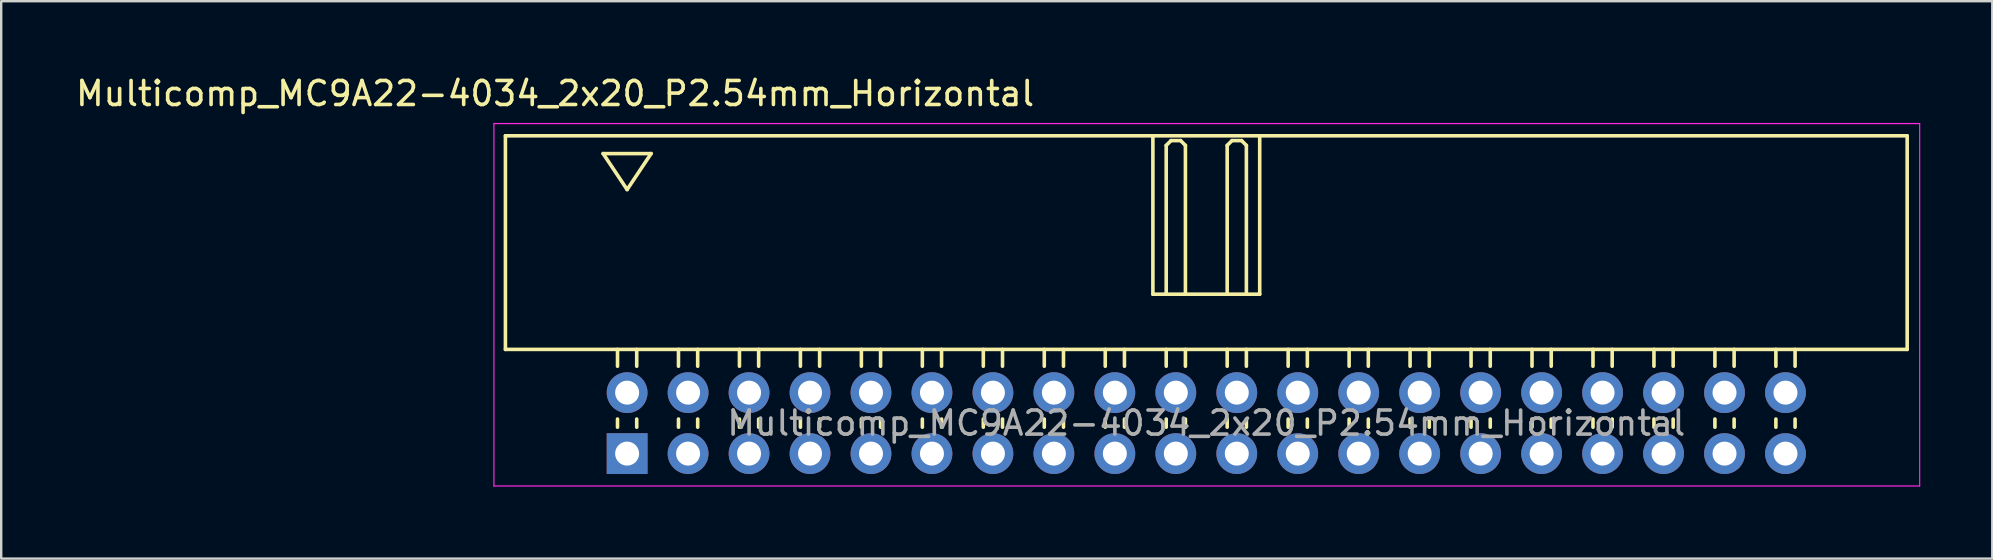
<source format=kicad_pcb>
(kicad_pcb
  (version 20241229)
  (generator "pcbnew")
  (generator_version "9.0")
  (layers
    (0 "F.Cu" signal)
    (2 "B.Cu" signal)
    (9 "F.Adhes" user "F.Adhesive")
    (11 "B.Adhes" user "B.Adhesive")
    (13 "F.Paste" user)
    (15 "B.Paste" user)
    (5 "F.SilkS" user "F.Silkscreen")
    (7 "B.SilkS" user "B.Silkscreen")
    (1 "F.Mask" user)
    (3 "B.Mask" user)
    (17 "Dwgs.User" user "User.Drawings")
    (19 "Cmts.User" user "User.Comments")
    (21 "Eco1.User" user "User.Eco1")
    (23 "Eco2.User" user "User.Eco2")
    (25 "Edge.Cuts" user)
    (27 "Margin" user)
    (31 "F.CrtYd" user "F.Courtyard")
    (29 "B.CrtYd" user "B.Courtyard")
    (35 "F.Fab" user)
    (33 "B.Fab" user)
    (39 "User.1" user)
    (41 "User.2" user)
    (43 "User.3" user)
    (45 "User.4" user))
  (footprint "Multicomp_MC9A22-4034_2x20_P2.54mm_Horizontal"
    (layer "F.Cu")
    (at 23.077 15.848)
    (property "Reference" "Multicomp_MC9A22-4034_2x20_P2.54mm_Horizontal" (at -3 -15 0) (layer "F.SilkS") (effects (font (size 1 1) (thickness 0.15))))
    (attr through_hole)
    (fp_line (start -5.07 -13.24) (end 53.33 -13.24) (stroke (width 0.15) (type solid)) (layer "F.SilkS"))
    (fp_line (start -5.07 -4.34) (end -5.07 -13.24) (stroke (width 0.15) (type solid)) (layer "F.SilkS"))
    (fp_line (start -1 -12.5) (end 1 -12.5) (stroke (width 0.15) (type solid)) (layer "F.SilkS"))
    (fp_line (start -0.4 -3.64) (end -0.4 -4.34) (stroke (width 0.15) (type solid)) (layer "F.SilkS"))
    (fp_line (start -0.4 -1.1) (end -0.4 -1.44) (stroke (width 0.15) (type solid)) (layer "F.SilkS"))
    (fp_line (start 0 -11) (end -1 -12.5) (stroke (width 0.15) (type solid)) (layer "F.SilkS"))
    (fp_line (start 0.4 -3.64) (end 0.4 -4.34) (stroke (width 0.15) (type solid)) (layer "F.SilkS"))
    (fp_line (start 0.4 -1.1) (end 0.4 -1.44) (stroke (width 0.15) (type solid)) (layer "F.SilkS"))
    (fp_line (start 1 -12.5) (end 0 -11) (stroke (width 0.15) (type solid)) (layer "F.SilkS"))
    (fp_line (start 2.14 -3.64) (end 2.14 -4.34) (stroke (width 0.15) (type solid)) (layer "F.SilkS"))
    (fp_line (start 2.14 -1.1) (end 2.14 -1.44) (stroke (width 0.15) (type solid)) (layer "F.SilkS"))
    (fp_line (start 2.94 -3.64) (end 2.94 -4.34) (stroke (width 0.15) (type solid)) (layer "F.SilkS"))
    (fp_line (start 2.94 -1.1) (end 2.94 -1.44) (stroke (width 0.15) (type solid)) (layer "F.SilkS"))
    (fp_line (start 4.68 -3.64) (end 4.68 -4.34) (stroke (width 0.15) (type solid)) (layer "F.SilkS"))
    (fp_line (start 4.68 -1.1) (end 4.68 -1.44) (stroke (width 0.15) (type solid)) (layer "F.SilkS"))
    (fp_line (start 5.48 -3.64) (end 5.48 -4.34) (stroke (width 0.15) (type solid)) (layer "F.SilkS"))
    (fp_line (start 5.48 -1.1) (end 5.48 -1.44) (stroke (width 0.15) (type solid)) (layer "F.SilkS"))
    (fp_line (start 7.22 -3.64) (end 7.22 -4.34) (stroke (width 0.15) (type solid)) (layer "F.SilkS"))
    (fp_line (start 7.22 -1.1) (end 7.22 -1.44) (stroke (width 0.15) (type solid)) (layer "F.SilkS"))
    (fp_line (start 8.02 -3.64) (end 8.02 -4.34) (stroke (width 0.15) (type solid)) (layer "F.SilkS"))
    (fp_line (start 8.02 -1.1) (end 8.02 -1.44) (stroke (width 0.15) (type solid)) (layer "F.SilkS"))
    (fp_line (start 9.76 -3.64) (end 9.76 -4.34) (stroke (width 0.15) (type solid)) (layer "F.SilkS"))
    (fp_line (start 9.76 -1.1) (end 9.76 -1.44) (stroke (width 0.15) (type solid)) (layer "F.SilkS"))
    (fp_line (start 10.56 -3.64) (end 10.56 -4.34) (stroke (width 0.15) (type solid)) (layer "F.SilkS"))
    (fp_line (start 10.56 -1.1) (end 10.56 -1.44) (stroke (width 0.15) (type solid)) (layer "F.SilkS"))
    (fp_line (start 12.3 -3.64) (end 12.3 -4.34) (stroke (width 0.15) (type solid)) (layer "F.SilkS"))
    (fp_line (start 12.3 -1.1) (end 12.3 -1.44) (stroke (width 0.15) (type solid)) (layer "F.SilkS"))
    (fp_line (start 13.1 -3.64) (end 13.1 -4.34) (stroke (width 0.15) (type solid)) (layer "F.SilkS"))
    (fp_line (start 13.1 -1.1) (end 13.1 -1.44) (stroke (width 0.15) (type solid)) (layer "F.SilkS"))
    (fp_line (start 14.84 -3.64) (end 14.84 -4.34) (stroke (width 0.15) (type solid)) (layer "F.SilkS"))
    (fp_line (start 14.84 -1.1) (end 14.84 -1.44) (stroke (width 0.15) (type solid)) (layer "F.SilkS"))
    (fp_line (start 15.64 -3.64) (end 15.64 -4.34) (stroke (width 0.15) (type solid)) (layer "F.SilkS"))
    (fp_line (start 15.64 -1.1) (end 15.64 -1.44) (stroke (width 0.15) (type solid)) (layer "F.SilkS"))
    (fp_line (start 17.38 -3.64) (end 17.38 -4.34) (stroke (width 0.15) (type solid)) (layer "F.SilkS"))
    (fp_line (start 17.38 -1.1) (end 17.38 -1.44) (stroke (width 0.15) (type solid)) (layer "F.SilkS"))
    (fp_line (start 18.18 -3.64) (end 18.18 -4.34) (stroke (width 0.15) (type solid)) (layer "F.SilkS"))
    (fp_line (start 18.18 -1.1) (end 18.18 -1.44) (stroke (width 0.15) (type solid)) (layer "F.SilkS"))
    (fp_line (start 19.92 -3.64) (end 19.92 -4.34) (stroke (width 0.15) (type solid)) (layer "F.SilkS"))
    (fp_line (start 19.92 -1.1) (end 19.92 -1.44) (stroke (width 0.15) (type solid)) (layer "F.SilkS"))
    (fp_line (start 20.72 -3.64) (end 20.72 -4.34) (stroke (width 0.15) (type solid)) (layer "F.SilkS"))
    (fp_line (start 20.72 -1.1) (end 20.72 -1.44) (stroke (width 0.15) (type solid)) (layer "F.SilkS"))
    (fp_line (start 21.905 -13.24) (end 21.905 -6.64) (stroke (width 0.15) (type solid)) (layer "F.SilkS"))
    (fp_line (start 21.905 -6.64) (end 26.355 -6.64) (stroke (width 0.15) (type solid)) (layer "F.SilkS"))
    (fp_line (start 22.46 -12.84) (end 22.66 -13.04) (stroke (width 0.15) (type solid)) (layer "F.SilkS"))
    (fp_line (start 22.46 -6.64) (end 22.46 -12.84) (stroke (width 0.15) (type solid)) (layer "F.SilkS"))
    (fp_line (start 22.46 -3.64) (end 22.46 -4.34) (stroke (width 0.15) (type solid)) (layer "F.SilkS"))
    (fp_line (start 22.46 -1.1) (end 22.46 -1.44) (stroke (width 0.15) (type solid)) (layer "F.SilkS"))
    (fp_line (start 22.66 -13.04) (end 23.06 -13.04) (stroke (width 0.15) (type solid)) (layer "F.SilkS"))
    (fp_line (start 23.06 -13.04) (end 23.26 -12.84) (stroke (width 0.15) (type solid)) (layer "F.SilkS"))
    (fp_line (start 23.26 -12.84) (end 23.26 -6.64) (stroke (width 0.15) (type solid)) (layer "F.SilkS"))
    (fp_line (start 23.26 -3.64) (end 23.26 -4.34) (stroke (width 0.15) (type solid)) (layer "F.SilkS"))
    (fp_line (start 23.26 -1.1) (end 23.26 -1.44) (stroke (width 0.15) (type solid)) (layer "F.SilkS"))
    (fp_line (start 25 -12.84) (end 25.2 -13.04) (stroke (width 0.15) (type solid)) (layer "F.SilkS"))
    (fp_line (start 25 -6.64) (end 25 -12.84) (stroke (width 0.15) (type solid)) (layer "F.SilkS"))
    (fp_line (start 25 -3.64) (end 25 -4.34) (stroke (width 0.15) (type solid)) (layer "F.SilkS"))
    (fp_line (start 25 -1.1) (end 25 -1.44) (stroke (width 0.15) (type solid)) (layer "F.SilkS"))
    (fp_line (start 25.2 -13.04) (end 25.6 -13.04) (stroke (width 0.15) (type solid)) (layer "F.SilkS"))
    (fp_line (start 25.6 -13.04) (end 25.8 -12.84) (stroke (width 0.15) (type solid)) (layer "F.SilkS"))
    (fp_line (start 25.8 -12.84) (end 25.8 -6.64) (stroke (width 0.15) (type solid)) (layer "F.SilkS"))
    (fp_line (start 25.8 -3.64) (end 25.8 -4.34) (stroke (width 0.15) (type solid)) (layer "F.SilkS"))
    (fp_line (start 25.8 -1.1) (end 25.8 -1.44) (stroke (width 0.15) (type solid)) (layer "F.SilkS"))
    (fp_line (start 26.355 -6.64) (end 26.355 -13.24) (stroke (width 0.15) (type solid)) (layer "F.SilkS"))
    (fp_line (start 27.54 -3.64) (end 27.54 -4.34) (stroke (width 0.15) (type solid)) (layer "F.SilkS"))
    (fp_line (start 27.54 -1.1) (end 27.54 -1.44) (stroke (width 0.15) (type solid)) (layer "F.SilkS"))
    (fp_line (start 28.34 -3.64) (end 28.34 -4.34) (stroke (width 0.15) (type solid)) (layer "F.SilkS"))
    (fp_line (start 28.34 -1.1) (end 28.34 -1.44) (stroke (width 0.15) (type solid)) (layer "F.SilkS"))
    (fp_line (start 30.08 -3.64) (end 30.08 -4.34) (stroke (width 0.15) (type solid)) (layer "F.SilkS"))
    (fp_line (start 30.08 -1.1) (end 30.08 -1.44) (stroke (width 0.15) (type solid)) (layer "F.SilkS"))
    (fp_line (start 30.88 -3.64) (end 30.88 -4.34) (stroke (width 0.15) (type solid)) (layer "F.SilkS"))
    (fp_line (start 30.88 -1.1) (end 30.88 -1.44) (stroke (width 0.15) (type solid)) (layer "F.SilkS"))
    (fp_line (start 32.62 -3.64) (end 32.62 -4.34) (stroke (width 0.15) (type solid)) (layer "F.SilkS"))
    (fp_line (start 32.62 -1.1) (end 32.62 -1.44) (stroke (width 0.15) (type solid)) (layer "F.SilkS"))
    (fp_line (start 33.42 -3.64) (end 33.42 -4.34) (stroke (width 0.15) (type solid)) (layer "F.SilkS"))
    (fp_line (start 33.42 -1.1) (end 33.42 -1.44) (stroke (width 0.15) (type solid)) (layer "F.SilkS"))
    (fp_line (start 35.16 -3.64) (end 35.16 -4.34) (stroke (width 0.15) (type solid)) (layer "F.SilkS"))
    (fp_line (start 35.16 -1.1) (end 35.16 -1.44) (stroke (width 0.15) (type solid)) (layer "F.SilkS"))
    (fp_line (start 35.96 -3.64) (end 35.96 -4.34) (stroke (width 0.15) (type solid)) (layer "F.SilkS"))
    (fp_line (start 35.96 -1.1) (end 35.96 -1.44) (stroke (width 0.15) (type solid)) (layer "F.SilkS"))
    (fp_line (start 37.7 -3.64) (end 37.7 -4.34) (stroke (width 0.15) (type solid)) (layer "F.SilkS"))
    (fp_line (start 37.7 -1.1) (end 37.7 -1.44) (stroke (width 0.15) (type solid)) (layer "F.SilkS"))
    (fp_line (start 38.5 -3.64) (end 38.5 -4.34) (stroke (width 0.15) (type solid)) (layer "F.SilkS"))
    (fp_line (start 38.5 -1.1) (end 38.5 -1.44) (stroke (width 0.15) (type solid)) (layer "F.SilkS"))
    (fp_line (start 40.24 -3.64) (end 40.24 -4.34) (stroke (width 0.15) (type solid)) (layer "F.SilkS"))
    (fp_line (start 40.24 -1.1) (end 40.24 -1.44) (stroke (width 0.15) (type solid)) (layer "F.SilkS"))
    (fp_line (start 41.04 -3.64) (end 41.04 -4.34) (stroke (width 0.15) (type solid)) (layer "F.SilkS"))
    (fp_line (start 41.04 -1.1) (end 41.04 -1.44) (stroke (width 0.15) (type solid)) (layer "F.SilkS"))
    (fp_line (start 42.78 -3.64) (end 42.78 -4.34) (stroke (width 0.15) (type solid)) (layer "F.SilkS"))
    (fp_line (start 42.78 -1.1) (end 42.78 -1.44) (stroke (width 0.15) (type solid)) (layer "F.SilkS"))
    (fp_line (start 43.58 -3.64) (end 43.58 -4.34) (stroke (width 0.15) (type solid)) (layer "F.SilkS"))
    (fp_line (start 43.58 -1.1) (end 43.58 -1.44) (stroke (width 0.15) (type solid)) (layer "F.SilkS"))
    (fp_line (start 45.32 -3.64) (end 45.32 -4.34) (stroke (width 0.15) (type solid)) (layer "F.SilkS"))
    (fp_line (start 45.32 -1.1) (end 45.32 -1.44) (stroke (width 0.15) (type solid)) (layer "F.SilkS"))
    (fp_line (start 46.12 -3.64) (end 46.12 -4.34) (stroke (width 0.15) (type solid)) (layer "F.SilkS"))
    (fp_line (start 46.12 -1.1) (end 46.12 -1.44) (stroke (width 0.15) (type solid)) (layer "F.SilkS"))
    (fp_line (start 47.86 -3.64) (end 47.86 -4.34) (stroke (width 0.15) (type solid)) (layer "F.SilkS"))
    (fp_line (start 47.86 -1.1) (end 47.86 -1.44) (stroke (width 0.15) (type solid)) (layer "F.SilkS"))
    (fp_line (start 48.66 -3.64) (end 48.66 -4.34) (stroke (width 0.15) (type solid)) (layer "F.SilkS"))
    (fp_line (start 48.66 -1.1) (end 48.66 -1.44) (stroke (width 0.15) (type solid)) (layer "F.SilkS"))
    (fp_line (start 53.33 -13.24) (end 53.33 -4.34) (stroke (width 0.15) (type solid)) (layer "F.SilkS"))
    (fp_line (start 53.33 -4.34) (end -5.07 -4.34) (stroke (width 0.15) (type solid)) (layer "F.SilkS"))
    (fp_line (start -5.55 -13.75) (end 53.85 -13.75) (stroke (width 0.05) (type solid)) (layer "F.CrtYd"))
    (fp_line (start -5.55 1.35) (end -5.55 -13.75) (stroke (width 0.05) (type solid)) (layer "F.CrtYd"))
    (fp_line (start 53.85 -13.75) (end 53.85 1.35) (stroke (width 0.05) (type solid)) (layer "F.CrtYd"))
    (fp_line (start 53.85 1.35) (end -5.55 1.35) (stroke (width 0.05) (type solid)) (layer "F.CrtYd"))
    (fp_text user "${REFERENCE}" (at 24.13 -1.27 0) (layer "F.Fab") (effects (font (size 1 1) (thickness 0.15))))
    (pad "1" thru_hole rect (at 0 0) (size 1.7 1.7) (drill 1) (layers "*.Cu" "*.Mask"))
    (pad "2" thru_hole circle (at 0 -2.54) (size 1.7 1.7) (drill 1) (layers "*.Cu" "*.Mask"))
    (pad "3" thru_hole circle (at 2.54 0) (size 1.7 1.7) (drill 1) (layers "*.Cu" "*.Mask"))
    (pad "4" thru_hole circle (at 2.54 -2.54) (size 1.7 1.7) (drill 1) (layers "*.Cu" "*.Mask"))
    (pad "5" thru_hole circle (at 5.08 0) (size 1.7 1.7) (drill 1) (layers "*.Cu" "*.Mask"))
    (pad "6" thru_hole circle (at 5.08 -2.54) (size 1.7 1.7) (drill 1) (layers "*.Cu" "*.Mask"))
    (pad "7" thru_hole circle (at 7.62 0) (size 1.7 1.7) (drill 1) (layers "*.Cu" "*.Mask"))
    (pad "8" thru_hole circle (at 7.62 -2.54) (size 1.7 1.7) (drill 1) (layers "*.Cu" "*.Mask"))
    (pad "9" thru_hole circle (at 10.16 0) (size 1.7 1.7) (drill 1) (layers "*.Cu" "*.Mask"))
    (pad "10" thru_hole circle (at 10.16 -2.54) (size 1.7 1.7) (drill 1) (layers "*.Cu" "*.Mask"))
    (pad "11" thru_hole circle (at 12.7 0) (size 1.7 1.7) (drill 1) (layers "*.Cu" "*.Mask"))
    (pad "12" thru_hole circle (at 12.7 -2.54) (size 1.7 1.7) (drill 1) (layers "*.Cu" "*.Mask"))
    (pad "13" thru_hole circle (at 15.24 0) (size 1.7 1.7) (drill 1) (layers "*.Cu" "*.Mask"))
    (pad "14" thru_hole circle (at 15.24 -2.54) (size 1.7 1.7) (drill 1) (layers "*.Cu" "*.Mask"))
    (pad "15" thru_hole circle (at 17.78 0) (size 1.7 1.7) (drill 1) (layers "*.Cu" "*.Mask"))
    (pad "16" thru_hole circle (at 17.78 -2.54) (size 1.7 1.7) (drill 1) (layers "*.Cu" "*.Mask"))
    (pad "17" thru_hole circle (at 20.32 0) (size 1.7 1.7) (drill 1) (layers "*.Cu" "*.Mask"))
    (pad "18" thru_hole circle (at 20.32 -2.54) (size 1.7 1.7) (drill 1) (layers "*.Cu" "*.Mask"))
    (pad "19" thru_hole circle (at 22.86 0) (size 1.7 1.7) (drill 1) (layers "*.Cu" "*.Mask"))
    (pad "20" thru_hole circle (at 22.86 -2.54) (size 1.7 1.7) (drill 1) (layers "*.Cu" "*.Mask"))
    (pad "21" thru_hole circle (at 25.4 0) (size 1.7 1.7) (drill 1) (layers "*.Cu" "*.Mask"))
    (pad "22" thru_hole circle (at 25.4 -2.54) (size 1.7 1.7) (drill 1) (layers "*.Cu" "*.Mask"))
    (pad "23" thru_hole circle (at 27.94 0) (size 1.7 1.7) (drill 1) (layers "*.Cu" "*.Mask"))
    (pad "24" thru_hole circle (at 27.94 -2.54) (size 1.7 1.7) (drill 1) (layers "*.Cu" "*.Mask"))
    (pad "25" thru_hole circle (at 30.48 0) (size 1.7 1.7) (drill 1) (layers "*.Cu" "*.Mask"))
    (pad "26" thru_hole circle (at 30.48 -2.54) (size 1.7 1.7) (drill 1) (layers "*.Cu" "*.Mask"))
    (pad "27" thru_hole circle (at 33.02 0) (size 1.7 1.7) (drill 1) (layers "*.Cu" "*.Mask"))
    (pad "28" thru_hole circle (at 33.02 -2.54) (size 1.7 1.7) (drill 1) (layers "*.Cu" "*.Mask"))
    (pad "29" thru_hole circle (at 35.56 0) (size 1.7 1.7) (drill 1) (layers "*.Cu" "*.Mask"))
    (pad "30" thru_hole circle (at 35.56 -2.54) (size 1.7 1.7) (drill 1) (layers "*.Cu" "*.Mask"))
    (pad "31" thru_hole circle (at 38.1 0) (size 1.7 1.7) (drill 1) (layers "*.Cu" "*.Mask"))
    (pad "32" thru_hole circle (at 38.1 -2.54) (size 1.7 1.7) (drill 1) (layers "*.Cu" "*.Mask"))
    (pad "33" thru_hole circle (at 40.64 0) (size 1.7 1.7) (drill 1) (layers "*.Cu" "*.Mask"))
    (pad "34" thru_hole circle (at 40.64 -2.54) (size 1.7 1.7) (drill 1) (layers "*.Cu" "*.Mask"))
    (pad "35" thru_hole circle (at 43.18 0) (size 1.7 1.7) (drill 1) (layers "*.Cu" "*.Mask"))
    (pad "36" thru_hole circle (at 43.18 -2.54) (size 1.7 1.7) (drill 1) (layers "*.Cu" "*.Mask"))
    (pad "37" thru_hole circle (at 45.72 0) (size 1.7 1.7) (drill 1) (layers "*.Cu" "*.Mask"))
    (pad "38" thru_hole circle (at 45.72 -2.54) (size 1.7 1.7) (drill 1) (layers "*.Cu" "*.Mask"))
    (pad "39" thru_hole circle (at 48.26 0) (size 1.7 1.7) (drill 1) (layers "*.Cu" "*.Mask"))
    (pad "40" thru_hole circle (at 48.26 -2.54) (size 1.7 1.7) (drill 1) (layers "*.Cu" "*.Mask")))
  (gr_rect
    (start -3 -3)
    (end 79.952 20.223)
    (stroke (width 0.1) (type default))
    (fill no)
    (layer "Edge.Cuts")))
</source>
